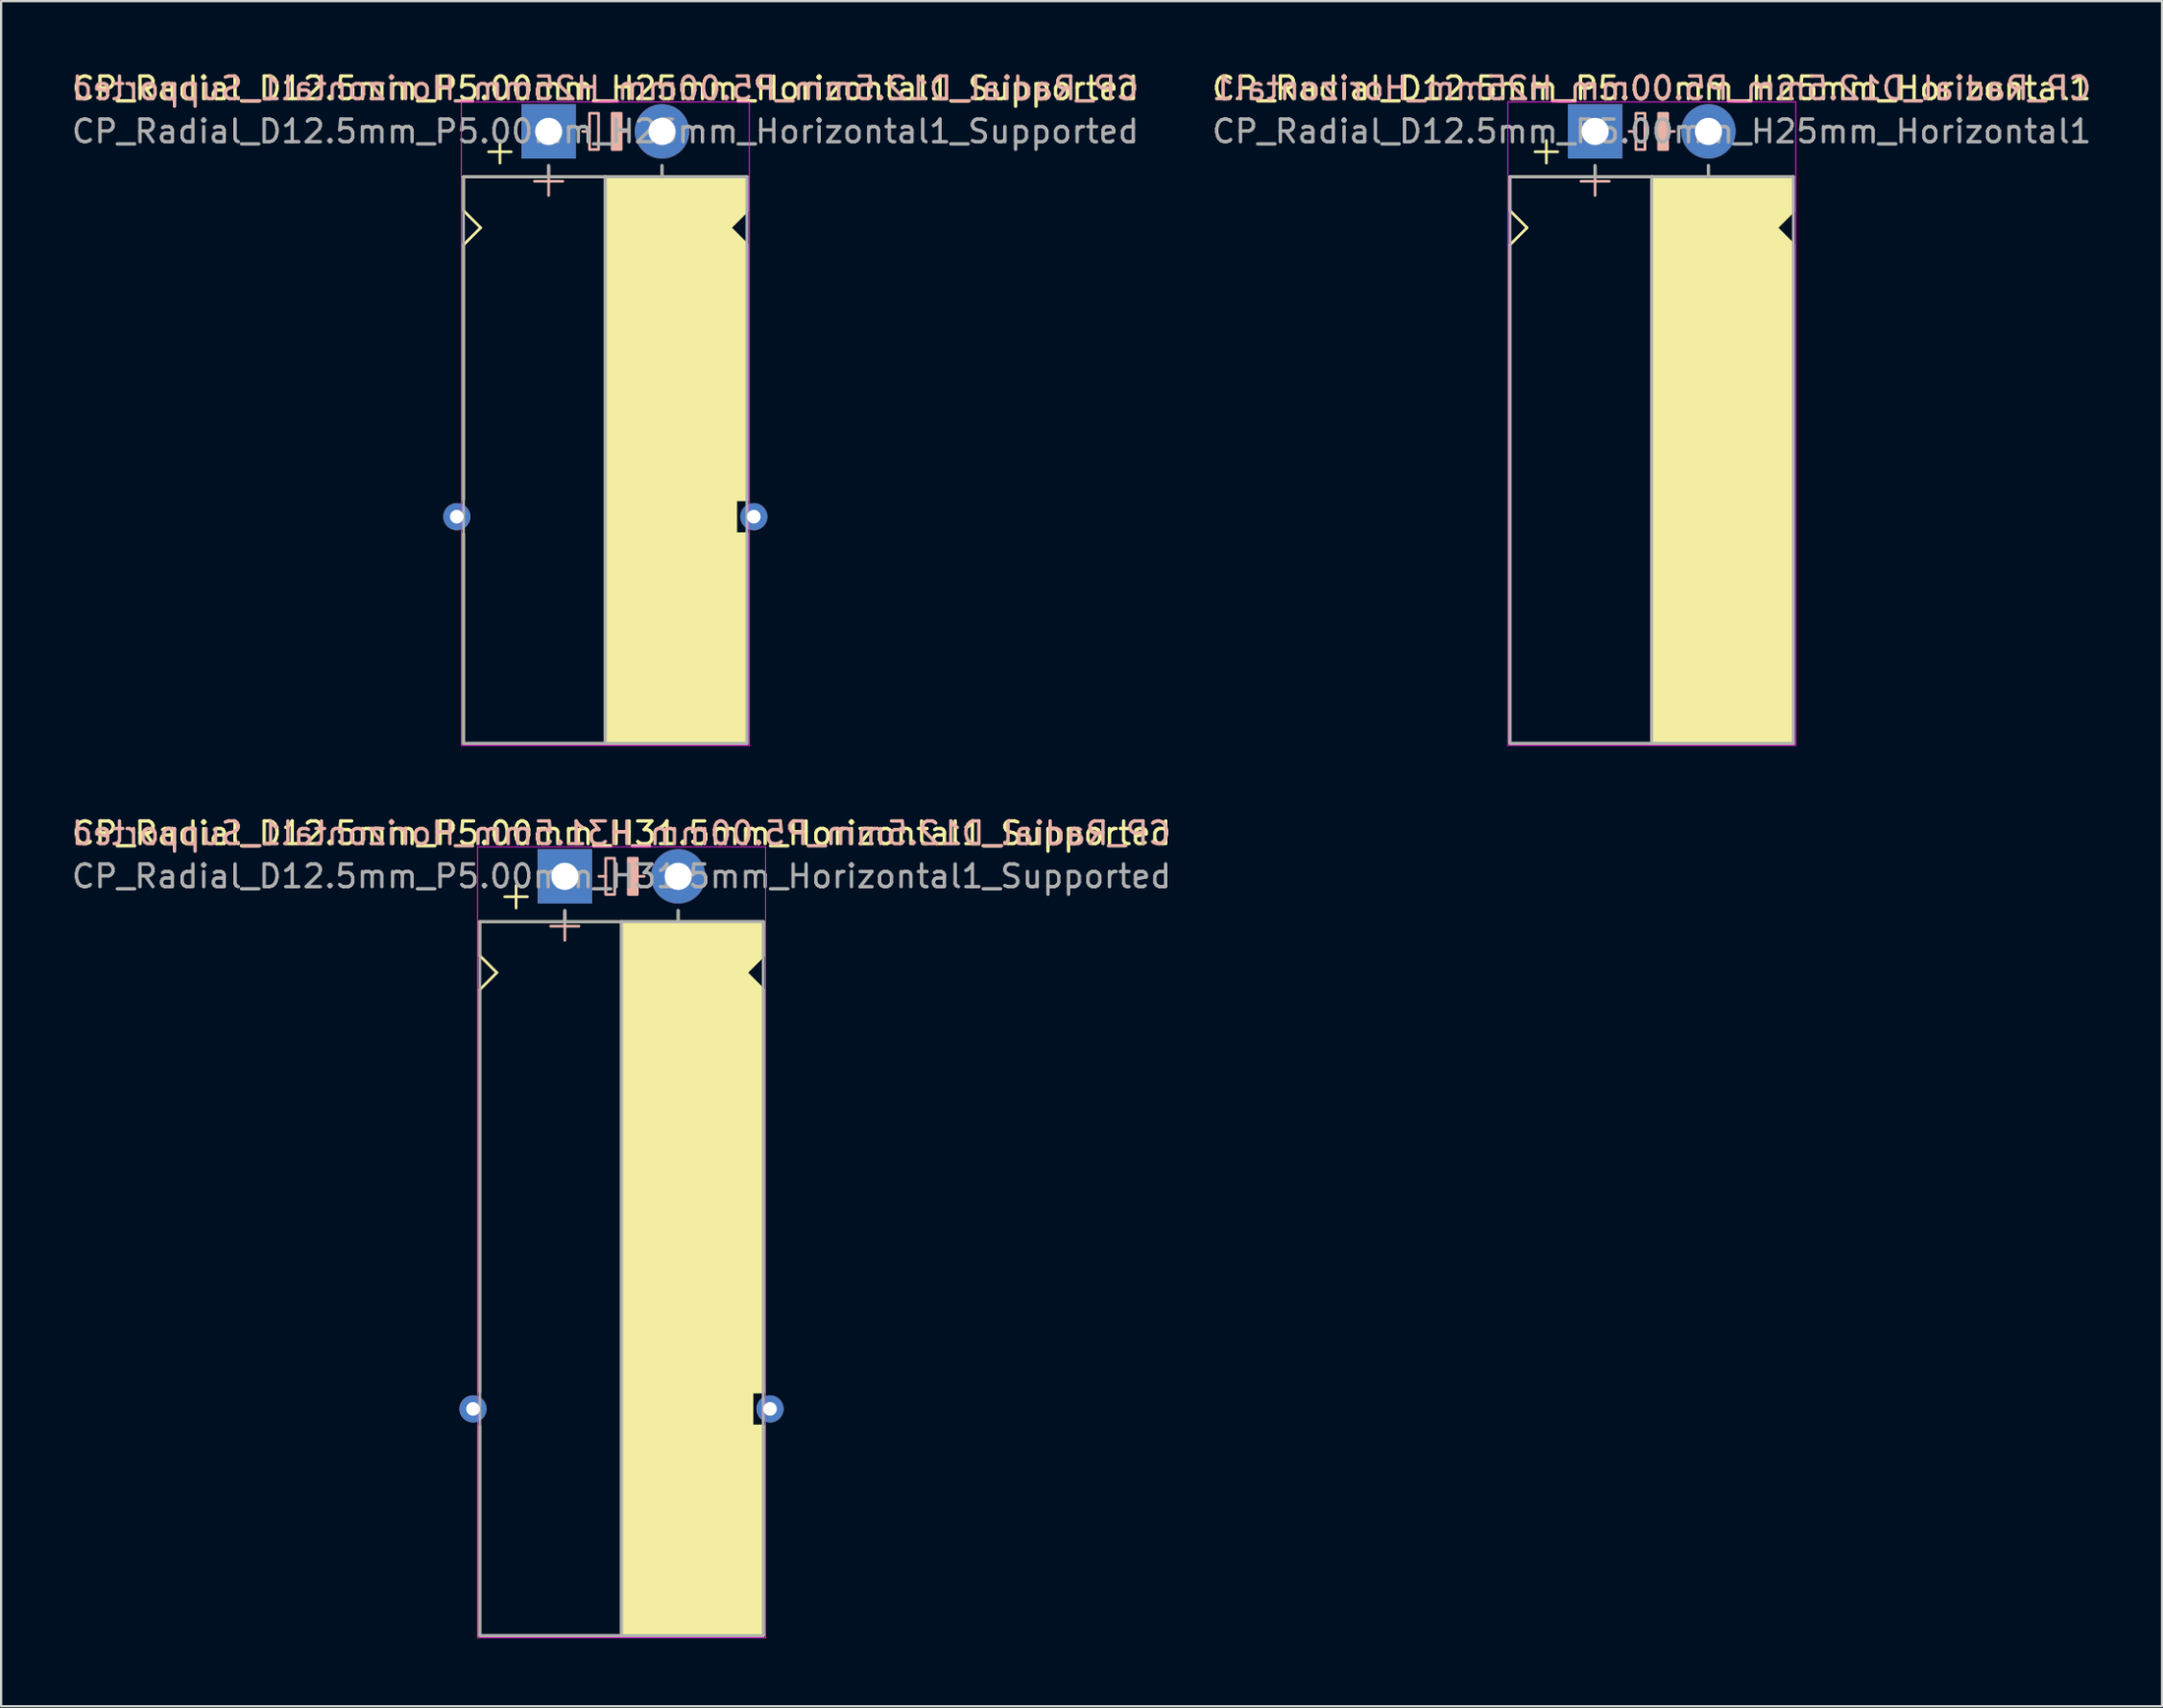
<source format=kicad_pcb>
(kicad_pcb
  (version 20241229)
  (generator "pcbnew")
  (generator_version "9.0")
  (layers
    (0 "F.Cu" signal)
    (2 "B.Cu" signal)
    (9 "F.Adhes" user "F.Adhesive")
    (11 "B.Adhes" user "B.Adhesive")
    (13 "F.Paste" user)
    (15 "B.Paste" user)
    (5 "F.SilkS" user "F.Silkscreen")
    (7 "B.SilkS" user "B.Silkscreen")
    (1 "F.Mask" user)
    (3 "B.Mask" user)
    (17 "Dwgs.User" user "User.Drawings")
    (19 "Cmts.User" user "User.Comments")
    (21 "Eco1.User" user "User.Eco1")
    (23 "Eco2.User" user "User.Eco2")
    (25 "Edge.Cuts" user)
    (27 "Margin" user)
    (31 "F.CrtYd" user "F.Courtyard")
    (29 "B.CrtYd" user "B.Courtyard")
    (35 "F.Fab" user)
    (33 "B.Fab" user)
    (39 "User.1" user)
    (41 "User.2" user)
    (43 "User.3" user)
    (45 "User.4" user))
  (footprint "CP_Radial_D12.5mm_P5.00mm_H25mm_Horizontal1"
    (layer "F.Cu")
    (at 67.304 2.748)
    (property "Reference" "CP_Radial_D12.5mm_P5.00mm_H25mm_Horizontal1" (at 2.5 -1.9 180) (layer "F.SilkS") (effects (font (size 1 1) (thickness 0.15))))
    (fp_line (start -3.75 2) (end -3.75 3.5) (stroke (width 0.12) (type solid)) (layer "F.SilkS"))
    (fp_line (start -3.75 3.5) (end -3 4.25) (stroke (width 0.12) (type solid)) (layer "F.SilkS"))
    (fp_line (start -3.75 5) (end -3.75 27) (stroke (width 0.12) (type solid)) (layer "F.SilkS"))
    (fp_line (start -3 4.25) (end -3.75 5) (stroke (width 0.12) (type solid)) (layer "F.SilkS"))
    (fp_line (start -2.15 0.4) (end -2.15 1.4) (stroke (width 0.12) (type solid)) (layer "F.SilkS"))
    (fp_line (start -1.65 0.9) (end -2.65 0.9) (stroke (width 0.12) (type solid)) (layer "F.SilkS"))
    (fp_line (start 0 1.5) (end 0 2) (stroke (width 0.12) (type solid)) (layer "F.SilkS"))
    (fp_line (start 2.5 2) (end -3.75 2) (stroke (width 0.12) (type solid)) (layer "F.SilkS"))
    (fp_line (start 2.5 2) (end 2.5 27) (stroke (width 0.12) (type solid)) (layer "F.SilkS"))
    (fp_line (start 2.5 2) (end 8.75 2) (stroke (width 0.12) (type solid)) (layer "F.SilkS"))
    (fp_line (start 5 1.5) (end 5 2) (stroke (width 0.12) (type solid)) (layer "F.SilkS"))
    (fp_line (start 8 4.25) (end 8.75 5) (stroke (width 0.12) (type solid)) (layer "F.SilkS"))
    (fp_line (start 8.75 2) (end 8.75 3.5) (stroke (width 0.12) (type solid)) (layer "F.SilkS"))
    (fp_line (start 8.75 3.5) (end 8 4.25) (stroke (width 0.12) (type solid)) (layer "F.SilkS"))
    (fp_line (start 8.75 5) (end 8.75 27) (stroke (width 0.12) (type solid)) (layer "F.SilkS"))
    (fp_line (start 8.75 27) (end -3.75 27) (stroke (width 0.12) (type solid)) (layer "F.SilkS"))
    (fp_poly (pts (xy 8.75 3.5) (xy 8 4.25) (xy 8.75 5) (xy 8.75 27) (xy 2.5 27) (xy 2.5 2) (xy 8.75 2)) (stroke (width 0.1) (type solid)) (fill yes) (layer "F.SilkS"))
    (fp_line (start 0 1.575) (end 0 2.825) (stroke (width 0.12) (type solid)) (layer "B.SilkS"))
    (fp_line (start 0.625 2.2) (end -0.625 2.2) (stroke (width 0.12) (type solid)) (layer "B.SilkS"))
    (fp_line (start 1.8 0) (end 1.5 0) (stroke (width 0.12) (type solid)) (layer "B.SilkS"))
    (fp_line (start 3.5 0) (end 3.2 0) (stroke (width 0.12) (type solid)) (layer "B.SilkS"))
    (fp_rect (start 2.2 -0.8) (end 1.8 0.8) (stroke (width 0.12) (type solid)) (fill no) (layer "B.SilkS"))
    (fp_rect (start 3.2 -0.8) (end 2.8 0.8) (stroke (width 0.12) (type solid)) (fill yes) (layer "B.SilkS"))
    (fp_line (start -3.85 -1.3) (end 8.85 -1.3) (stroke (width 0.04) (type solid)) (layer "F.CrtYd"))
    (fp_line (start -3.85 27.1) (end -3.85 -1.3) (stroke (width 0.04) (type solid)) (layer "F.CrtYd"))
    (fp_line (start 8.85 -1.3) (end 8.85 27.1) (stroke (width 0.04) (type solid)) (layer "F.CrtYd"))
    (fp_line (start 8.85 27.1) (end -3.85 27.1) (stroke (width 0.04) (type solid)) (layer "F.CrtYd"))
    (fp_line (start -3.75 2) (end -3.75 27) (stroke (width 0.12) (type solid)) (layer "F.Fab"))
    (fp_line (start -3.75 27) (end 8.75 27) (stroke (width 0.12) (type solid)) (layer "F.Fab"))
    (fp_line (start 0 1.5) (end 0 2) (stroke (width 0.12) (type solid)) (layer "F.Fab"))
    (fp_line (start 0 2) (end -3.75 2) (stroke (width 0.12) (type solid)) (layer "F.Fab"))
    (fp_line (start 2.5 2) (end 2.5 27) (stroke (width 0.12) (type solid)) (layer "F.Fab"))
    (fp_line (start 5 2) (end 5 1.5) (stroke (width 0.12) (type solid)) (layer "F.Fab"))
    (fp_line (start 8.75 2) (end 0 2) (stroke (width 0.12) (type solid)) (layer "F.Fab"))
    (fp_line (start 8.75 27) (end 8.75 2) (stroke (width 0.12) (type solid)) (layer "F.Fab"))
    (fp_poly (pts (xy 8.75 27) (xy 2.5 27) (xy 2.5 2) (xy 8.75 2)) (stroke (width 0.1) (type solid)) (fill no) (layer "F.Fab"))
    (fp_text user "${REFERENCE}" (at 2.5 -1.9 0) (layer "B.SilkS") (effects (font (size 1 1) (thickness 0.15)) (justify mirror)))
    (fp_text user "${REFERENCE}" (at 2.5 0 0) (layer "F.Fab") (effects (font (size 1 1) (thickness 0.15))))
    (pad "1" thru_hole rect (at 0 0) (size 2.4 2.4) (drill 1.2) (layers "*.Cu" "*.Mask"))
    (pad "2" thru_hole circle (at 5 0) (size 2.4 2.4) (drill 1.2) (layers "*.Cu" "*.Mask")))
  (footprint "CP_Radial_D12.5mm_P5.00mm_H25mm_Horizontal1_Supported"
    (layer "F.Cu")
    (at 21.149 2.748)
    (property "Reference" "CP_Radial_D12.5mm_P5.00mm_H25mm_Horizontal1_Supported" (at 2.5 -1.9 180) (layer "F.SilkS") (effects (font (size 1 1) (thickness 0.15))))
    (fp_line (start -3.75 2) (end -3.75 3.5) (stroke (width 0.12) (type solid)) (layer "F.SilkS"))
    (fp_line (start -3.75 3.5) (end -3 4.25) (stroke (width 0.12) (type solid)) (layer "F.SilkS"))
    (fp_line (start -3.75 5) (end -3.75 16.25) (stroke (width 0.12) (type solid)) (layer "F.SilkS"))
    (fp_line (start -3.75 27) (end -3.75 17.75) (stroke (width 0.12) (type solid)) (layer "F.SilkS"))
    (fp_line (start -3 4.25) (end -3.75 5) (stroke (width 0.12) (type solid)) (layer "F.SilkS"))
    (fp_line (start -2.15 0.4) (end -2.15 1.4) (stroke (width 0.12) (type solid)) (layer "F.SilkS"))
    (fp_line (start -1.65 0.9) (end -2.65 0.9) (stroke (width 0.12) (type solid)) (layer "F.SilkS"))
    (fp_line (start 0 1.5) (end 0 2) (stroke (width 0.12) (type solid)) (layer "F.SilkS"))
    (fp_line (start 2.5 2) (end -3.75 2) (stroke (width 0.12) (type solid)) (layer "F.SilkS"))
    (fp_line (start 2.5 2) (end 2.5 27) (stroke (width 0.12) (type solid)) (layer "F.SilkS"))
    (fp_line (start 2.5 2) (end 8.75 2) (stroke (width 0.12) (type solid)) (layer "F.SilkS"))
    (fp_line (start 5 1.5) (end 5 2) (stroke (width 0.12) (type solid)) (layer "F.SilkS"))
    (fp_line (start 8 4.25) (end 8.75 5) (stroke (width 0.12) (type solid)) (layer "F.SilkS"))
    (fp_line (start 8.25 16.25) (end 8.75 16.25) (stroke (width 0.12) (type solid)) (layer "F.SilkS"))
    (fp_line (start 8.25 17.75) (end 8.25 16.25) (stroke (width 0.12) (type solid)) (layer "F.SilkS"))
    (fp_line (start 8.75 2) (end 8.75 3.5) (stroke (width 0.12) (type solid)) (layer "F.SilkS"))
    (fp_line (start 8.75 3.5) (end 8 4.25) (stroke (width 0.12) (type solid)) (layer "F.SilkS"))
    (fp_line (start 8.75 5) (end 8.75 16.25) (stroke (width 0.12) (type solid)) (layer "F.SilkS"))
    (fp_line (start 8.75 17.75) (end 8.25 17.75) (stroke (width 0.12) (type solid)) (layer "F.SilkS"))
    (fp_line (start 8.75 27) (end -3.75 27) (stroke (width 0.12) (type solid)) (layer "F.SilkS"))
    (fp_line (start 8.75 27) (end 8.75 17.75) (stroke (width 0.12) (type solid)) (layer "F.SilkS"))
    (fp_poly (pts (xy 8.75 3.5) (xy 8 4.25) (xy 8.75 5) (xy 8.75 16.25) (xy 8.25 16.25) (xy 8.25 17.75) (xy 8.75 17.75) (xy 8.75 27) (xy 2.5 27) (xy 2.5 2) (xy 8.75 2)) (stroke (width 0.1) (type solid)) (fill yes) (layer "F.SilkS"))
    (fp_line (start 0 1.575) (end 0 2.825) (stroke (width 0.12) (type solid)) (layer "B.SilkS"))
    (fp_line (start 0.625 2.2) (end -0.625 2.2) (stroke (width 0.12) (type solid)) (layer "B.SilkS"))
    (fp_line (start 1.8 0) (end 1.5 0) (stroke (width 0.12) (type solid)) (layer "B.SilkS"))
    (fp_line (start 3.5 0) (end 3.2 0) (stroke (width 0.12) (type solid)) (layer "B.SilkS"))
    (fp_rect (start 2.2 -0.8) (end 1.8 0.8) (stroke (width 0.12) (type solid)) (fill no) (layer "B.SilkS"))
    (fp_rect (start 3.2 -0.8) (end 2.8 0.8) (stroke (width 0.12) (type solid)) (fill yes) (layer "B.SilkS"))
    (fp_line (start -3.85 -1.3) (end 8.85 -1.3) (stroke (width 0.04) (type solid)) (layer "F.CrtYd"))
    (fp_line (start -3.85 27.1) (end -3.85 -1.3) (stroke (width 0.04) (type solid)) (layer "F.CrtYd"))
    (fp_line (start 8.85 -1.3) (end 8.85 27.1) (stroke (width 0.04) (type solid)) (layer "F.CrtYd"))
    (fp_line (start 8.85 27.1) (end -3.85 27.1) (stroke (width 0.04) (type solid)) (layer "F.CrtYd"))
    (fp_line (start -3.75 2) (end -3.75 27) (stroke (width 0.12) (type solid)) (layer "F.Fab"))
    (fp_line (start -3.75 27) (end 8.75 27) (stroke (width 0.12) (type solid)) (layer "F.Fab"))
    (fp_line (start 0 1.5) (end 0 2) (stroke (width 0.12) (type solid)) (layer "F.Fab"))
    (fp_line (start 0 2) (end -3.75 2) (stroke (width 0.12) (type solid)) (layer "F.Fab"))
    (fp_line (start 2.5 2) (end 2.5 27) (stroke (width 0.12) (type solid)) (layer "F.Fab"))
    (fp_line (start 5 2) (end 5 1.5) (stroke (width 0.12) (type solid)) (layer "F.Fab"))
    (fp_line (start 8.75 2) (end 0 2) (stroke (width 0.12) (type solid)) (layer "F.Fab"))
    (fp_line (start 8.75 27) (end 8.75 2) (stroke (width 0.12) (type solid)) (layer "F.Fab"))
    (fp_poly (pts (xy 8.75 27) (xy 2.5 27) (xy 2.5 2) (xy 8.75 2)) (stroke (width 0.1) (type solid)) (fill no) (layer "F.Fab"))
    (fp_text user "${REFERENCE}" (at 2.5 -1.9 0) (layer "B.SilkS") (effects (font (size 1 1) (thickness 0.15)) (justify mirror)))
    (fp_text user "${REFERENCE}" (at 2.5 0 0) (layer "F.Fab") (effects (font (size 1 1) (thickness 0.15))))
    (pad "1" thru_hole rect (at 0 0) (size 2.4 2.4) (drill 1.2) (layers "*.Cu" "*.Mask"))
    (pad "2" thru_hole circle (at 5 0) (size 2.4 2.4) (drill 1.2) (layers "*.Cu" "*.Mask"))
    (pad "~" thru_hole circle (at -4.05 17) (size 1.2 1.2) (drill 0.6) (layers "*.Cu" "*.Mask"))
    (pad "~" thru_hole circle (at 9.05 17) (size 1.2 1.2) (drill 0.6) (layers "*.Cu" "*.Mask")))
  (footprint "CP_Radial_D12.5mm_P5.00mm_H31.5mm_Horizontal1_Supported"
    (layer "F.Cu")
    (at 21.863 35.617)
    (property "Reference" "CP_Radial_D12.5mm_P5.00mm_H31.5mm_Horizontal1_Supported" (at 2.5 -1.9 180) (layer "F.SilkS") (effects (font (size 1 1) (thickness 0.15))))
    (fp_line (start -3.75 2) (end -3.75 3.5) (stroke (width 0.12) (type solid)) (layer "F.SilkS"))
    (fp_line (start -3.75 3.5) (end -3 4.25) (stroke (width 0.12) (type solid)) (layer "F.SilkS"))
    (fp_line (start -3.75 5) (end -3.75 22.75) (stroke (width 0.12) (type solid)) (layer "F.SilkS"))
    (fp_line (start -3.75 33.5) (end -3.75 24.25) (stroke (width 0.12) (type solid)) (layer "F.SilkS"))
    (fp_line (start -3 4.25) (end -3.75 5) (stroke (width 0.12) (type solid)) (layer "F.SilkS"))
    (fp_line (start -2.15 0.4) (end -2.15 1.4) (stroke (width 0.12) (type solid)) (layer "F.SilkS"))
    (fp_line (start -1.65 0.9) (end -2.65 0.9) (stroke (width 0.12) (type solid)) (layer "F.SilkS"))
    (fp_line (start 0 1.5) (end 0 2) (stroke (width 0.12) (type solid)) (layer "F.SilkS"))
    (fp_line (start 2.5 2) (end -3.75 2) (stroke (width 0.12) (type solid)) (layer "F.SilkS"))
    (fp_line (start 2.5 2) (end 2.5 33.5) (stroke (width 0.12) (type solid)) (layer "F.SilkS"))
    (fp_line (start 2.5 2) (end 8.75 2) (stroke (width 0.12) (type solid)) (layer "F.SilkS"))
    (fp_line (start 5 1.5) (end 5 2) (stroke (width 0.12) (type solid)) (layer "F.SilkS"))
    (fp_line (start 8 4.25) (end 8.75 5) (stroke (width 0.12) (type solid)) (layer "F.SilkS"))
    (fp_line (start 8.25 22.75) (end 8.75 22.75) (stroke (width 0.12) (type solid)) (layer "F.SilkS"))
    (fp_line (start 8.25 24.25) (end 8.25 22.75) (stroke (width 0.12) (type solid)) (layer "F.SilkS"))
    (fp_line (start 8.75 2) (end 8.75 3.5) (stroke (width 0.12) (type solid)) (layer "F.SilkS"))
    (fp_line (start 8.75 3.5) (end 8 4.25) (stroke (width 0.12) (type solid)) (layer "F.SilkS"))
    (fp_line (start 8.75 5) (end 8.75 22.75) (stroke (width 0.12) (type solid)) (layer "F.SilkS"))
    (fp_line (start 8.75 24.25) (end 8.25 24.25) (stroke (width 0.12) (type solid)) (layer "F.SilkS"))
    (fp_line (start 8.75 33.5) (end -3.75 33.5) (stroke (width 0.12) (type solid)) (layer "F.SilkS"))
    (fp_line (start 8.75 33.5) (end 8.75 24.25) (stroke (width 0.12) (type solid)) (layer "F.SilkS"))
    (fp_poly (pts (xy 8.75 3.5) (xy 8 4.25) (xy 8.75 5) (xy 8.75 22.75) (xy 8.25 22.75) (xy 8.25 24.25) (xy 8.75 24.25) (xy 8.75 33.5) (xy 2.5 33.5) (xy 2.5 2) (xy 8.75 2)) (stroke (width 0.1) (type solid)) (fill yes) (layer "F.SilkS"))
    (fp_line (start 0 1.575) (end 0 2.825) (stroke (width 0.12) (type solid)) (layer "B.SilkS"))
    (fp_line (start 0.625 2.2) (end -0.625 2.2) (stroke (width 0.12) (type solid)) (layer "B.SilkS"))
    (fp_line (start 1.8 0) (end 1.5 0) (stroke (width 0.12) (type solid)) (layer "B.SilkS"))
    (fp_line (start 3.5 0) (end 3.2 0) (stroke (width 0.12) (type solid)) (layer "B.SilkS"))
    (fp_rect (start 2.2 -0.8) (end 1.8 0.8) (stroke (width 0.12) (type solid)) (fill no) (layer "B.SilkS"))
    (fp_rect (start 3.2 -0.8) (end 2.8 0.8) (stroke (width 0.12) (type solid)) (fill yes) (layer "B.SilkS"))
    (fp_line (start -3.85 -1.3) (end 8.85 -1.3) (stroke (width 0.04) (type solid)) (layer "F.CrtYd"))
    (fp_line (start -3.85 33.6) (end -3.85 -1.3) (stroke (width 0.04) (type solid)) (layer "F.CrtYd"))
    (fp_line (start 8.85 -1.3) (end 8.85 33.6) (stroke (width 0.04) (type solid)) (layer "F.CrtYd"))
    (fp_line (start 8.85 33.6) (end -3.85 33.6) (stroke (width 0.04) (type solid)) (layer "F.CrtYd"))
    (fp_line (start -3.75 2) (end -3.75 33.5) (stroke (width 0.12) (type solid)) (layer "F.Fab"))
    (fp_line (start -3.75 33.5) (end 8.75 33.5) (stroke (width 0.12) (type solid)) (layer "F.Fab"))
    (fp_line (start 0 1.5) (end 0 2) (stroke (width 0.12) (type solid)) (layer "F.Fab"))
    (fp_line (start 0 2) (end -3.75 2) (stroke (width 0.12) (type solid)) (layer "F.Fab"))
    (fp_line (start 2.5 2) (end 2.5 33.5) (stroke (width 0.12) (type solid)) (layer "F.Fab"))
    (fp_line (start 5 2) (end 5 1.5) (stroke (width 0.12) (type solid)) (layer "F.Fab"))
    (fp_line (start 8.75 2) (end 0 2) (stroke (width 0.12) (type solid)) (layer "F.Fab"))
    (fp_line (start 8.75 33.5) (end 8.75 2) (stroke (width 0.12) (type solid)) (layer "F.Fab"))
    (fp_poly (pts (xy 8.75 33.5) (xy 2.5 33.5) (xy 2.5 2) (xy 8.75 2)) (stroke (width 0.1) (type solid)) (fill no) (layer "F.Fab"))
    (fp_text user "${REFERENCE}" (at 2.5 -1.9 0) (layer "B.SilkS") (effects (font (size 1 1) (thickness 0.15)) (justify mirror)))
    (fp_text user "${REFERENCE}" (at 2.5 0 0) (layer "F.Fab") (effects (font (size 1 1) (thickness 0.15))))
    (pad "1" thru_hole rect (at 0 0) (size 2.4 2.4) (drill 1.2) (layers "*.Cu" "*.Mask"))
    (pad "2" thru_hole circle (at 5 0) (size 2.4 2.4) (drill 1.2) (layers "*.Cu" "*.Mask"))
    (pad "~" thru_hole circle (at -4.05 23.5) (size 1.2 1.2) (drill 0.6) (layers "*.Cu" "*.Mask"))
    (pad "~" thru_hole circle (at 9.05 23.5) (size 1.2 1.2) (drill 0.6) (layers "*.Cu" "*.Mask")))
  (gr_rect
    (start -3 -3)
    (end 92.31 72.237)
    (stroke (width 0.1) (type default))
    (fill no)
    (layer "Edge.Cuts")))
</source>
